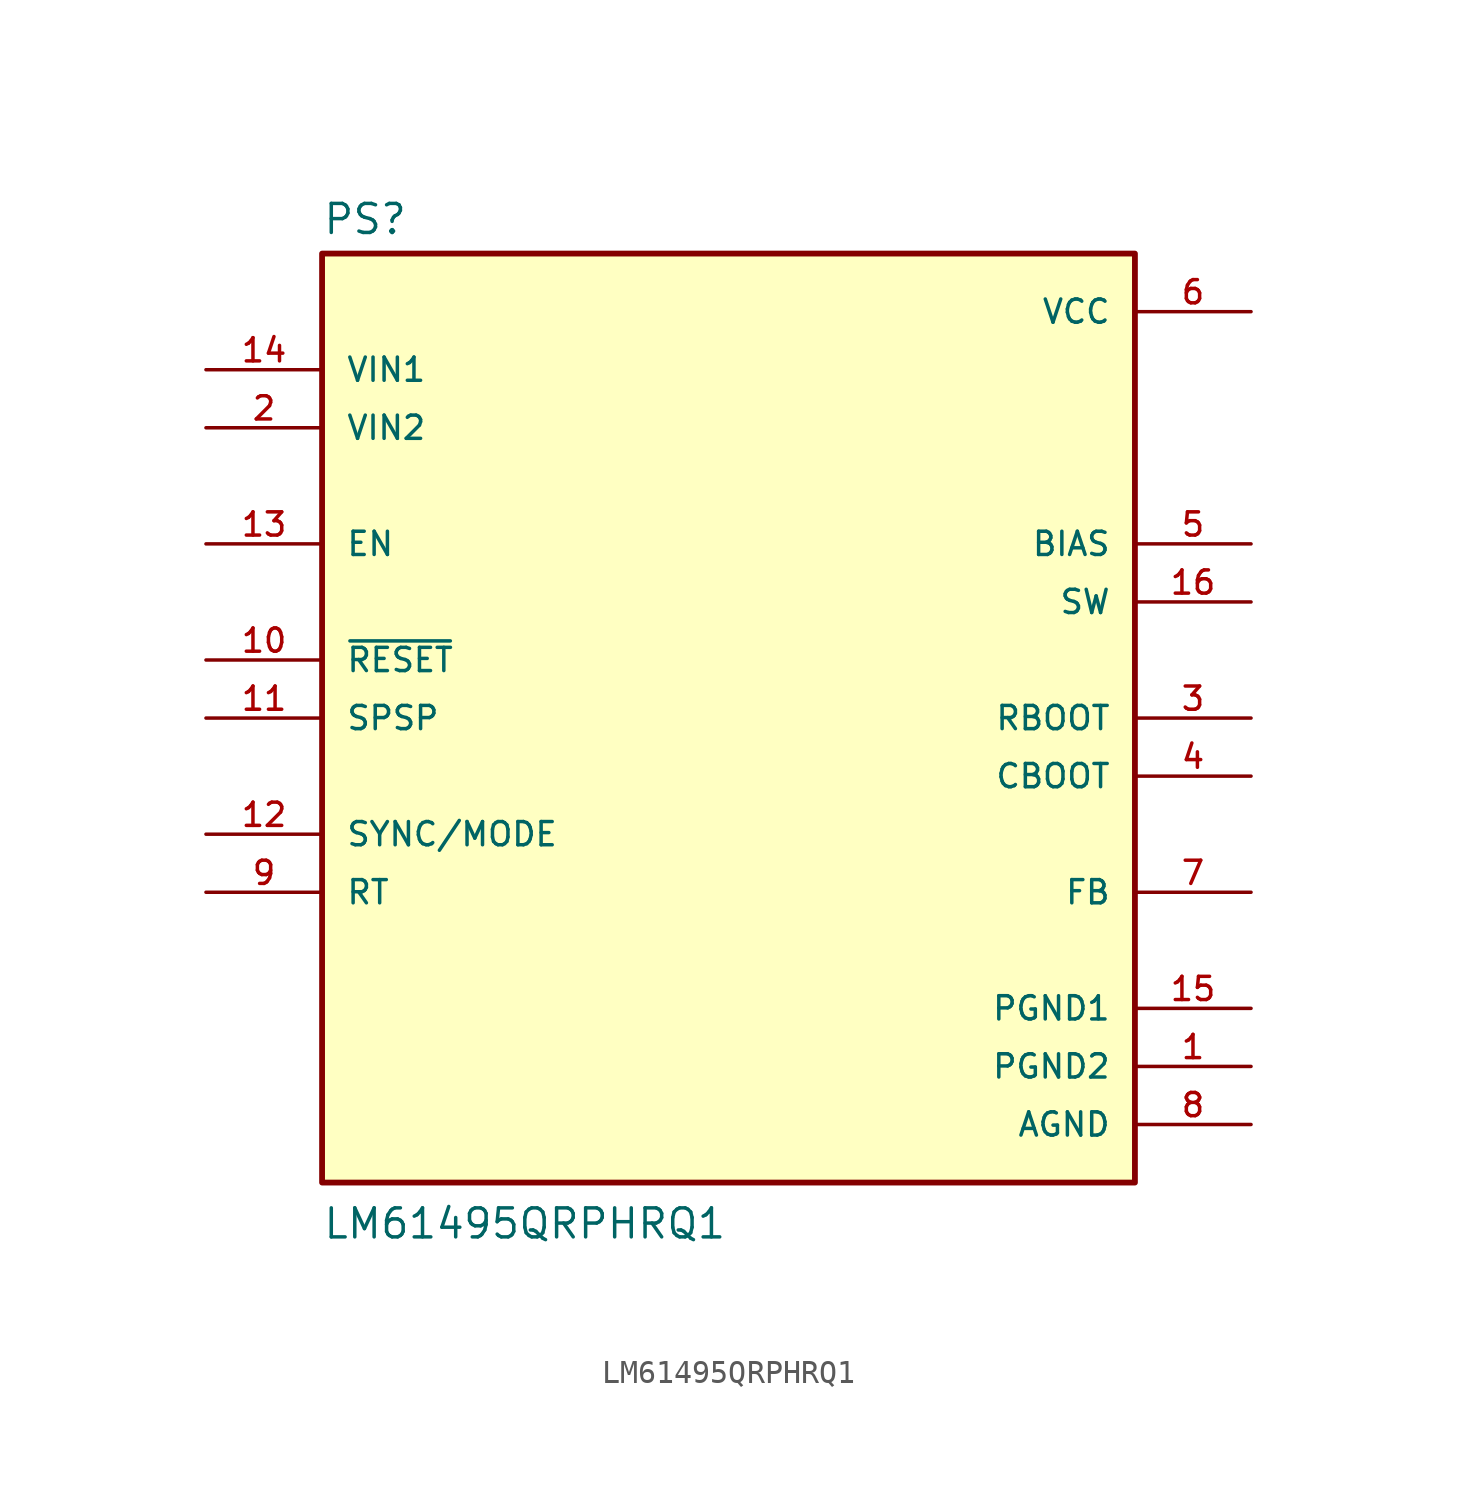
<source format=kicad_sym>
(kicad_symbol_lib
  (version 20211014)
  (generator kicad_symbol_editor)
  (symbol "LM61495QRPHRQ1"
    (pin_names
      (offset 1.016))
    (property "Reference" "PS"
      (at -17.78 21.082 0)
      (effects (font (size 1.27 1.27)) (justify bottom left)))
    (property "Value" "LM61495QRPHRQ1"
      (at -17.78 -22.86 0)
      (effects (font (size 1.27 1.27)) (justify bottom left)))
    (symbol "LM61495QRPHRQ1_0_0"
      (rectangle (start -17.78 -20.32) (end 17.78 20.32) (stroke (width 0.254)) (fill (type background)))
      (pin bidirectional line (at -22.86 -7.62 0) (length 5.08) (name "RT" (effects (font (size 1.016 1.016)))) (number "9" (effects (font (size 1.016 1.016)))))
      (pin output line (at -22.86 2.54 0) (length 5.08) (name "~{RESET}" (effects (font (size 1.016 1.016)))) (number "10" (effects (font (size 1.016 1.016)))))
      (pin input line (at -22.86 0.0 0) (length 5.08) (name "SPSP" (effects (font (size 1.016 1.016)))) (number "11" (effects (font (size 1.016 1.016)))))
      (pin input line (at -22.86 -5.08 0) (length 5.08) (name "SYNC/MODE" (effects (font (size 1.016 1.016)))) (number "12" (effects (font (size 1.016 1.016)))))
      (pin input line (at -22.86 7.62 0) (length 5.08) (name "EN" (effects (font (size 1.016 1.016)))) (number "13" (effects (font (size 1.016 1.016)))))
      (pin passive line (at 22.86 5.08 180.0) (length 5.08) (name "SW" (effects (font (size 1.016 1.016)))) (number "16" (effects (font (size 1.016 1.016)))))
      (pin input line (at 22.86 -7.62 180.0) (length 5.08) (name "FB" (effects (font (size 1.016 1.016)))) (number "7" (effects (font (size 1.016 1.016)))))
      (pin power_in line (at 22.86 17.78 180.0) (length 5.08) (name "VCC" (effects (font (size 1.016 1.016)))) (number "6" (effects (font (size 1.016 1.016)))))
      (pin passive line (at 22.86 7.62 180.0) (length 5.08) (name "BIAS" (effects (font (size 1.016 1.016)))) (number "5" (effects (font (size 1.016 1.016)))))
      (pin passive line (at 22.86 -2.54 180.0) (length 5.08) (name "CBOOT" (effects (font (size 1.016 1.016)))) (number "4" (effects (font (size 1.016 1.016)))))
      (pin passive line (at 22.86 0.0 180.0) (length 5.08) (name "RBOOT" (effects (font (size 1.016 1.016)))) (number "3" (effects (font (size 1.016 1.016)))))
      (pin power_in line (at -22.86 12.7 0) (length 5.08) (name "VIN2" (effects (font (size 1.016 1.016)))) (number "2" (effects (font (size 1.016 1.016)))))
      (pin power_in line (at 22.86 -17.78 180.0) (length 5.08) (name "AGND" (effects (font (size 1.016 1.016)))) (number "8" (effects (font (size 1.016 1.016)))))
      (pin power_in line (at 22.86 -15.24 180.0) (length 5.08) (name "PGND2" (effects (font (size 1.016 1.016)))) (number "1" (effects (font (size 1.016 1.016)))))
      (pin power_in line (at 22.86 -12.7 180.0) (length 5.08) (name "PGND1" (effects (font (size 1.016 1.016)))) (number "15" (effects (font (size 1.016 1.016)))))
      (pin power_in line (at -22.86 15.24 0) (length 5.08) (name "VIN1" (effects (font (size 1.016 1.016)))) (number "14" (effects (font (size 1.016 1.016))))))))
</source>
